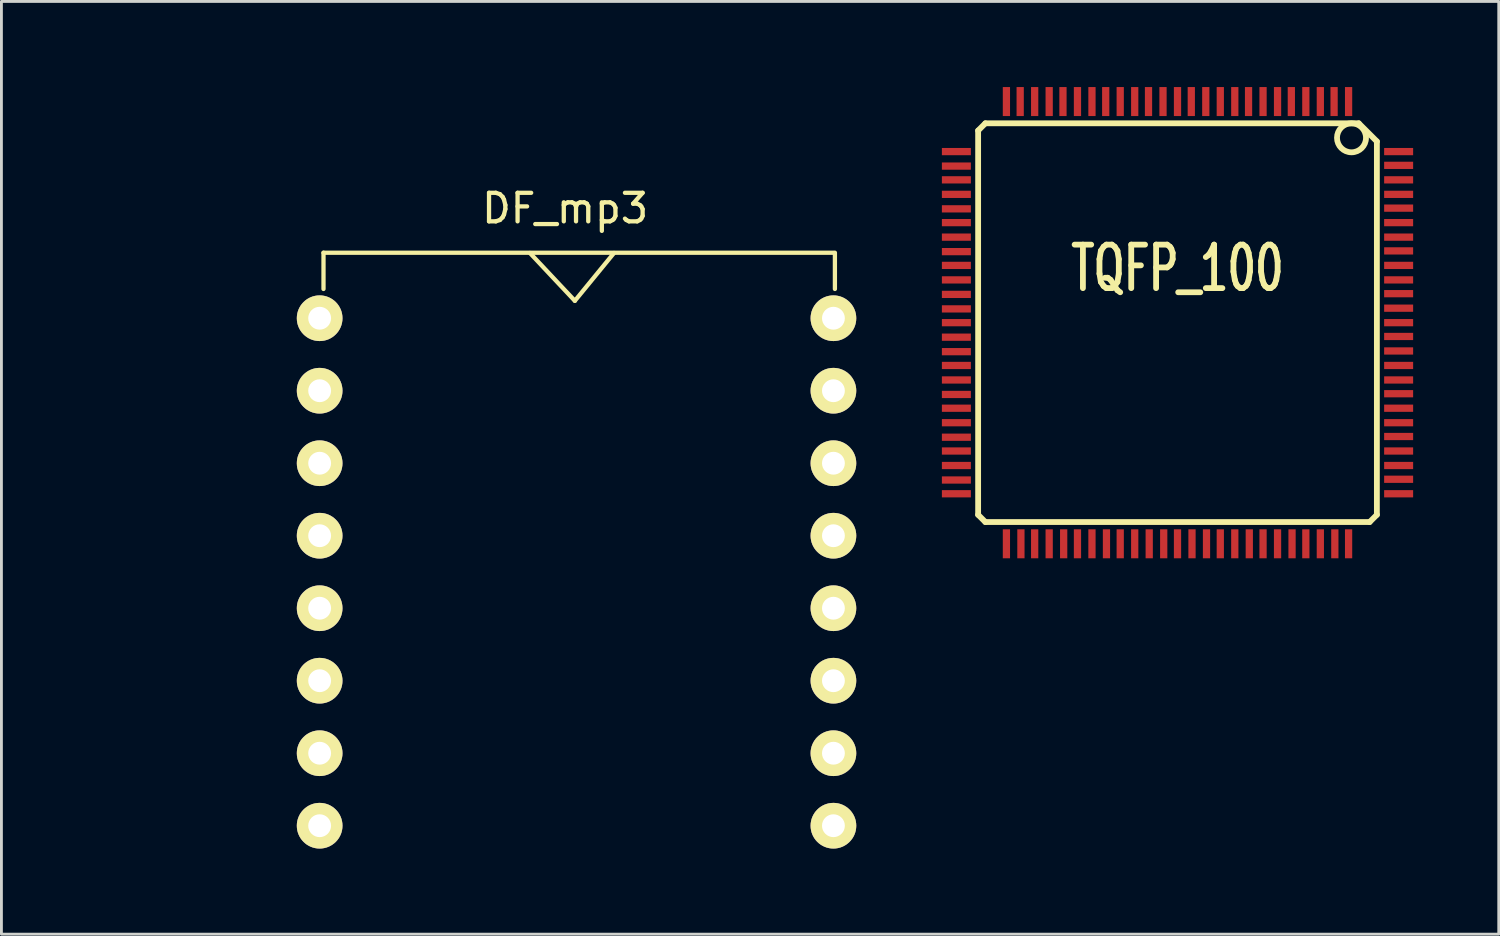
<source format=kicad_pcb>
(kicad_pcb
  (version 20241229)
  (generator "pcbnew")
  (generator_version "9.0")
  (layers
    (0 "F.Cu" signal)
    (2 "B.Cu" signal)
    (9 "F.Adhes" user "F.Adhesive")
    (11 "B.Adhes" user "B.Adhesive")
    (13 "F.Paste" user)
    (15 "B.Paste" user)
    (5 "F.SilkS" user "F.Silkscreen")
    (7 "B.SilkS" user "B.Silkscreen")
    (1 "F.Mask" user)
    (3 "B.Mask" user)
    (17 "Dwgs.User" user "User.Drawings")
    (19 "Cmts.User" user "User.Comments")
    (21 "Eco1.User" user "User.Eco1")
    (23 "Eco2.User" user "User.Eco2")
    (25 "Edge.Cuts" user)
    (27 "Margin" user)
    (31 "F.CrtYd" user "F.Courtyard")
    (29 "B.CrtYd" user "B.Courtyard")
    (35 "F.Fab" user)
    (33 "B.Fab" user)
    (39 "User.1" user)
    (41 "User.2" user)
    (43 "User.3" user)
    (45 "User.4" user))
  (footprint "DF_mp3"
    (layer "F.Cu")
    (at 0.25 0.25)
    (property "Reference" "DF_mp3" (at 16.5 4 0) (layer "F.SilkS") (effects (font (size 1 1) (thickness 0.15))))
    (attr through_hole)
    (fp_line (start 8.034 5.554) (end 8.034 6.824) (stroke (width 0.15) (type solid)) (layer "F.SilkS"))
    (fp_line (start 8.034 5.554) (end 25.899 5.554) (stroke (width 0.15) (type solid)) (layer "F.SilkS"))
    (fp_line (start 15.265 5.563) (end 16.84 7.239) (stroke (width 0.15) (type solid)) (layer "F.SilkS"))
    (fp_line (start 16.84 7.239) (end 18.212 5.563) (stroke (width 0.15) (type solid)) (layer "F.SilkS"))
    (fp_line (start 25.951 5.554) (end 25.951 6.824) (stroke (width 0.15) (type solid)) (layer "F.SilkS"))
    (pad "1" thru_hole oval (at 7.899 7.849) (size 1.6 1.6) (drill 0.8) (layers "*.Cu" "*.Mask" "F.SilkS"))
    (pad "2" thru_hole oval (at 7.899 10.389) (size 1.6 1.6) (drill 0.8) (layers "*.Cu" "*.Mask" "F.SilkS"))
    (pad "3" thru_hole oval (at 7.899 12.929) (size 1.6 1.6) (drill 0.8) (layers "*.Cu" "*.Mask" "F.SilkS"))
    (pad "4" thru_hole oval (at 7.899 15.469) (size 1.6 1.6) (drill 0.8) (layers "*.Cu" "*.Mask" "F.SilkS"))
    (pad "5" thru_hole oval (at 7.899 18.009) (size 1.6 1.6) (drill 0.8) (layers "*.Cu" "*.Mask" "F.SilkS"))
    (pad "6" thru_hole oval (at 7.899 20.549) (size 1.6 1.6) (drill 0.8) (layers "*.Cu" "*.Mask" "F.SilkS"))
    (pad "7" thru_hole oval (at 7.899 23.089) (size 1.6 1.6) (drill 0.8) (layers "*.Cu" "*.Mask" "F.SilkS"))
    (pad "8" thru_hole oval (at 7.899 25.629) (size 1.6 1.6) (drill 0.8) (layers "*.Cu" "*.Mask" "F.SilkS"))
    (pad "9" thru_hole oval (at 25.899 25.629) (size 1.6 1.6) (drill 0.8) (layers "*.Cu" "*.Mask" "F.SilkS"))
    (pad "10" thru_hole oval (at 25.899 23.089) (size 1.6 1.6) (drill 0.8) (layers "*.Cu" "*.Mask" "F.SilkS"))
    (pad "11" thru_hole oval (at 25.899 20.549) (size 1.6 1.6) (drill 0.8) (layers "*.Cu" "*.Mask" "F.SilkS"))
    (pad "12" thru_hole oval (at 25.899 18.009) (size 1.6 1.6) (drill 0.8) (layers "*.Cu" "*.Mask" "F.SilkS"))
    (pad "13" thru_hole oval (at 25.899 15.469) (size 1.6 1.6) (drill 0.8) (layers "*.Cu" "*.Mask" "F.SilkS"))
    (pad "14" thru_hole oval (at 25.899 12.929) (size 1.6 1.6) (drill 0.8) (layers "*.Cu" "*.Mask" "F.SilkS"))
    (pad "15" thru_hole oval (at 25.899 10.389) (size 1.6 1.6) (drill 0.8) (layers "*.Cu" "*.Mask" "F.SilkS"))
    (pad "16" thru_hole oval (at 25.899 7.849) (size 1.6 1.6) (drill 0.8) (layers "*.Cu" "*.Mask" "F.SilkS")))
  (footprint "TQFP_100"
    (layer "F.Cu")
    (at 38.204 8.255)
    (property "Reference" "TQFP_100" (at 0 -1.905 0) (layer "F.SilkS") (effects (font (size 1.524 1.016) (thickness 0.203))))
    (attr smd)
    (fp_line (start -6.985 -6.731) (end -6.985 6.731) (stroke (width 0.203) (type solid)) (layer "F.SilkS"))
    (fp_line (start -6.985 -6.731) (end -6.731 -6.985) (stroke (width 0.203) (type solid)) (layer "F.SilkS"))
    (fp_line (start -6.985 6.731) (end -6.731 6.985) (stroke (width 0.203) (type solid)) (layer "F.SilkS"))
    (fp_line (start -6.731 6.985) (end 6.731 6.985) (stroke (width 0.203) (type solid)) (layer "F.SilkS"))
    (fp_line (start 6.35 -6.985) (end -6.731 -6.985) (stroke (width 0.203) (type solid)) (layer "F.SilkS"))
    (fp_line (start 6.731 6.985) (end 6.985 6.731) (stroke (width 0.203) (type solid)) (layer "F.SilkS"))
    (fp_line (start 6.985 -6.35) (end 6.35 -6.985) (stroke (width 0.203) (type solid)) (layer "F.SilkS"))
    (fp_line (start 6.985 6.731) (end 6.985 -6.35) (stroke (width 0.203) (type solid)) (layer "F.SilkS"))
    (fp_circle (center 6.096 -6.477) (end 6.096 -6.985) (stroke (width 0.203) (type solid)) (fill no) (layer "F.SilkS"))
    (pad "1" smd rect (at 5.994 -7.747) (size 0.254 1.016) (layers "F.Cu" "F.Mask" "F.Paste"))
    (pad "2" smd rect (at 5.486 -7.747) (size 0.254 1.016) (layers "F.Cu" "F.Mask" "F.Paste"))
    (pad "3" smd rect (at 5.004 -7.747) (size 0.254 1.016) (layers "F.Cu" "F.Mask" "F.Paste"))
    (pad "4" smd rect (at 4.496 -7.747) (size 0.254 1.016) (layers "F.Cu" "F.Mask" "F.Paste"))
    (pad "5" smd rect (at 3.988 -7.747) (size 0.254 1.016) (layers "F.Cu" "F.Mask" "F.Paste"))
    (pad "6" smd rect (at 3.505 -7.747) (size 0.254 1.016) (layers "F.Cu" "F.Mask" "F.Paste"))
    (pad "7" smd rect (at 2.997 -7.747) (size 0.254 1.016) (layers "F.Cu" "F.Mask" "F.Paste"))
    (pad "8" smd rect (at 2.489 -7.747) (size 0.254 1.016) (layers "F.Cu" "F.Mask" "F.Paste"))
    (pad "9" smd rect (at 2.007 -7.747) (size 0.254 1.016) (layers "F.Cu" "F.Mask" "F.Paste"))
    (pad "10" smd rect (at 1.499 -7.747) (size 0.254 1.016) (layers "F.Cu" "F.Mask" "F.Paste"))
    (pad "11" smd rect (at 0.991 -7.747) (size 0.254 1.016) (layers "F.Cu" "F.Mask" "F.Paste"))
    (pad "12" smd rect (at 0.483 -7.747) (size 0.254 1.016) (layers "F.Cu" "F.Mask" "F.Paste"))
    (pad "13" smd rect (at 0 -7.747) (size 0.254 1.016) (layers "F.Cu" "F.Mask" "F.Paste"))
    (pad "14" smd rect (at -0.508 -7.747) (size 0.254 1.016) (layers "F.Cu" "F.Mask" "F.Paste"))
    (pad "15" smd rect (at -1.016 -7.747) (size 0.254 1.016) (layers "F.Cu" "F.Mask" "F.Paste"))
    (pad "16" smd rect (at -1.499 -7.747) (size 0.254 1.016) (layers "F.Cu" "F.Mask" "F.Paste"))
    (pad "17" smd rect (at -2.007 -7.747) (size 0.254 1.016) (layers "F.Cu" "F.Mask" "F.Paste"))
    (pad "18" smd rect (at -2.515 -7.747) (size 0.254 1.016) (layers "F.Cu" "F.Mask" "F.Paste"))
    (pad "19" smd rect (at -2.997 -7.747) (size 0.254 1.016) (layers "F.Cu" "F.Mask" "F.Paste"))
    (pad "20" smd rect (at -3.505 -7.747) (size 0.254 1.016) (layers "F.Cu" "F.Mask" "F.Paste"))
    (pad "21" smd rect (at -4.013 -7.747) (size 0.254 1.016) (layers "F.Cu" "F.Mask" "F.Paste"))
    (pad "22" smd rect (at -4.496 -7.747) (size 0.254 1.016) (layers "F.Cu" "F.Mask" "F.Paste"))
    (pad "23" smd rect (at -5.004 -7.747) (size 0.254 1.016) (layers "F.Cu" "F.Mask" "F.Paste"))
    (pad "24" smd rect (at -5.512 -7.747) (size 0.254 1.016) (layers "F.Cu" "F.Mask" "F.Paste"))
    (pad "25" smd rect (at -5.994 -7.747) (size 0.254 1.016) (layers "F.Cu" "F.Mask" "F.Paste"))
    (pad "26" smd rect (at -7.747 -5.994) (size 1.016 0.254) (layers "F.Cu" "F.Mask" "F.Paste"))
    (pad "27" smd rect (at -7.747 -5.486) (size 1.016 0.254) (layers "F.Cu" "F.Mask" "F.Paste"))
    (pad "28" smd rect (at -7.747 -5.004) (size 1.016 0.254) (layers "F.Cu" "F.Mask" "F.Paste"))
    (pad "29" smd rect (at -7.747 -4.496) (size 1.016 0.254) (layers "F.Cu" "F.Mask" "F.Paste"))
    (pad "30" smd rect (at -7.747 -3.988) (size 1.016 0.254) (layers "F.Cu" "F.Mask" "F.Paste"))
    (pad "31" smd rect (at -7.747 -3.505) (size 1.016 0.254) (layers "F.Cu" "F.Mask" "F.Paste"))
    (pad "32" smd rect (at -7.747 -2.997) (size 1.016 0.254) (layers "F.Cu" "F.Mask" "F.Paste"))
    (pad "33" smd rect (at -7.747 -2.489) (size 1.016 0.254) (layers "F.Cu" "F.Mask" "F.Paste"))
    (pad "34" smd rect (at -7.747 -2.007) (size 1.016 0.254) (layers "F.Cu" "F.Mask" "F.Paste"))
    (pad "35" smd rect (at -7.747 -1.499) (size 1.016 0.254) (layers "F.Cu" "F.Mask" "F.Paste"))
    (pad "36" smd rect (at -7.747 -0.991) (size 1.016 0.254) (layers "F.Cu" "F.Mask" "F.Paste"))
    (pad "37" smd rect (at -7.747 -0.483) (size 1.016 0.254) (layers "F.Cu" "F.Mask" "F.Paste"))
    (pad "38" smd rect (at -7.747 0) (size 1.016 0.254) (layers "F.Cu" "F.Mask" "F.Paste"))
    (pad "39" smd rect (at -7.747 0.508) (size 1.016 0.254) (layers "F.Cu" "F.Mask" "F.Paste"))
    (pad "40" smd rect (at -7.747 1.016) (size 1.016 0.254) (layers "F.Cu" "F.Mask" "F.Paste"))
    (pad "41" smd rect (at -7.747 1.499) (size 1.016 0.254) (layers "F.Cu" "F.Mask" "F.Paste"))
    (pad "42" smd rect (at -7.747 2.007) (size 1.016 0.254) (layers "F.Cu" "F.Mask" "F.Paste"))
    (pad "43" smd rect (at -7.747 2.515) (size 1.016 0.254) (layers "F.Cu" "F.Mask" "F.Paste"))
    (pad "44" smd rect (at -7.747 2.997) (size 1.016 0.254) (layers "F.Cu" "F.Mask" "F.Paste"))
    (pad "45" smd rect (at -7.747 3.505) (size 1.016 0.254) (layers "F.Cu" "F.Mask" "F.Paste"))
    (pad "46" smd rect (at -7.747 4.013) (size 1.016 0.254) (layers "F.Cu" "F.Mask" "F.Paste"))
    (pad "47" smd rect (at -7.747 4.496) (size 1.016 0.254) (layers "F.Cu" "F.Mask" "F.Paste"))
    (pad "48" smd rect (at -7.747 5.004) (size 1.016 0.254) (layers "F.Cu" "F.Mask" "F.Paste"))
    (pad "49" smd rect (at -7.747 5.512) (size 1.016 0.254) (layers "F.Cu" "F.Mask" "F.Paste"))
    (pad "50" smd rect (at -7.747 5.994) (size 1.016 0.254) (layers "F.Cu" "F.Mask" "F.Paste"))
    (pad "51" smd rect (at -5.994 7.747) (size 0.254 1.016) (layers "F.Cu" "F.Mask" "F.Paste"))
    (pad "52" smd rect (at -5.486 7.747) (size 0.254 1.016) (layers "F.Cu" "F.Mask" "F.Paste"))
    (pad "53" smd rect (at -5.004 7.747) (size 0.254 1.016) (layers "F.Cu" "F.Mask" "F.Paste"))
    (pad "54" smd rect (at -4.496 7.747) (size 0.254 1.016) (layers "F.Cu" "F.Mask" "F.Paste"))
    (pad "55" smd rect (at -3.988 7.747) (size 0.254 1.016) (layers "F.Cu" "F.Mask" "F.Paste"))
    (pad "56" smd rect (at -3.505 7.747) (size 0.254 1.016) (layers "F.Cu" "F.Mask" "F.Paste"))
    (pad "57" smd rect (at -2.997 7.747) (size 0.254 1.016) (layers "F.Cu" "F.Mask" "F.Paste"))
    (pad "58" smd rect (at -2.489 7.747) (size 0.254 1.016) (layers "F.Cu" "F.Mask" "F.Paste"))
    (pad "59" smd rect (at -2.007 7.747) (size 0.254 1.016) (layers "F.Cu" "F.Mask" "F.Paste"))
    (pad "60" smd rect (at -1.499 7.747) (size 0.254 1.016) (layers "F.Cu" "F.Mask" "F.Paste"))
    (pad "61" smd rect (at -0.991 7.747) (size 0.254 1.016) (layers "F.Cu" "F.Mask" "F.Paste"))
    (pad "62" smd rect (at -0.483 7.747) (size 0.254 1.016) (layers "F.Cu" "F.Mask" "F.Paste"))
    (pad "63" smd rect (at 0 7.747) (size 0.254 1.016) (layers "F.Cu" "F.Mask" "F.Paste"))
    (pad "64" smd rect (at 0.508 7.747) (size 0.254 1.016) (layers "F.Cu" "F.Mask" "F.Paste"))
    (pad "65" smd rect (at 1.016 7.747) (size 0.254 1.016) (layers "F.Cu" "F.Mask" "F.Paste"))
    (pad "66" smd rect (at 1.499 7.747) (size 0.254 1.016) (layers "F.Cu" "F.Mask" "F.Paste"))
    (pad "67" smd rect (at 2.007 7.747) (size 0.254 1.016) (layers "F.Cu" "F.Mask" "F.Paste"))
    (pad "68" smd rect (at 2.515 7.747) (size 0.254 1.016) (layers "F.Cu" "F.Mask" "F.Paste"))
    (pad "69" smd rect (at 2.997 7.747) (size 0.254 1.016) (layers "F.Cu" "F.Mask" "F.Paste"))
    (pad "70" smd rect (at 3.505 7.747) (size 0.254 1.016) (layers "F.Cu" "F.Mask" "F.Paste"))
    (pad "71" smd rect (at 4.013 7.747) (size 0.254 1.016) (layers "F.Cu" "F.Mask" "F.Paste"))
    (pad "72" smd rect (at 4.496 7.747) (size 0.254 1.016) (layers "F.Cu" "F.Mask" "F.Paste"))
    (pad "73" smd rect (at 5.004 7.747) (size 0.254 1.016) (layers "F.Cu" "F.Mask" "F.Paste"))
    (pad "74" smd rect (at 5.512 7.747) (size 0.254 1.016) (layers "F.Cu" "F.Mask" "F.Paste"))
    (pad "75" smd rect (at 5.994 7.747) (size 0.254 1.016) (layers "F.Cu" "F.Mask" "F.Paste"))
    (pad "76" smd rect (at 7.747 5.994) (size 1.016 0.254) (layers "F.Cu" "F.Mask" "F.Paste"))
    (pad "77" smd rect (at 7.747 5.486) (size 1.016 0.254) (layers "F.Cu" "F.Mask" "F.Paste"))
    (pad "78" smd rect (at 7.747 5.004) (size 1.016 0.254) (layers "F.Cu" "F.Mask" "F.Paste"))
    (pad "79" smd rect (at 7.747 4.496) (size 1.016 0.254) (layers "F.Cu" "F.Mask" "F.Paste"))
    (pad "80" smd rect (at 7.747 3.988) (size 1.016 0.254) (layers "F.Cu" "F.Mask" "F.Paste"))
    (pad "81" smd rect (at 7.747 3.505) (size 1.016 0.254) (layers "F.Cu" "F.Mask" "F.Paste"))
    (pad "82" smd rect (at 7.747 2.997) (size 1.016 0.254) (layers "F.Cu" "F.Mask" "F.Paste"))
    (pad "83" smd rect (at 7.747 2.489) (size 1.016 0.254) (layers "F.Cu" "F.Mask" "F.Paste"))
    (pad "84" smd rect (at 7.747 2.007) (size 1.016 0.254) (layers "F.Cu" "F.Mask" "F.Paste"))
    (pad "85" smd rect (at 7.747 1.499) (size 1.016 0.254) (layers "F.Cu" "F.Mask" "F.Paste"))
    (pad "86" smd rect (at 7.747 0.991) (size 1.016 0.254) (layers "F.Cu" "F.Mask" "F.Paste"))
    (pad "87" smd rect (at 7.747 0.483) (size 1.016 0.254) (layers "F.Cu" "F.Mask" "F.Paste"))
    (pad "88" smd rect (at 7.747 0) (size 1.016 0.254) (layers "F.Cu" "F.Mask" "F.Paste"))
    (pad "89" smd rect (at 7.747 -0.508) (size 1.016 0.254) (layers "F.Cu" "F.Mask" "F.Paste"))
    (pad "90" smd rect (at 7.747 -1.016) (size 1.016 0.254) (layers "F.Cu" "F.Mask" "F.Paste"))
    (pad "91" smd rect (at 7.747 -1.499) (size 1.016 0.254) (layers "F.Cu" "F.Mask" "F.Paste"))
    (pad "92" smd rect (at 7.747 -2.007) (size 1.016 0.254) (layers "F.Cu" "F.Mask" "F.Paste"))
    (pad "93" smd rect (at 7.747 -2.515) (size 1.016 0.254) (layers "F.Cu" "F.Mask" "F.Paste"))
    (pad "94" smd rect (at 7.747 -2.997) (size 1.016 0.254) (layers "F.Cu" "F.Mask" "F.Paste"))
    (pad "95" smd rect (at 7.747 -3.505) (size 1.016 0.254) (layers "F.Cu" "F.Mask" "F.Paste"))
    (pad "96" smd rect (at 7.747 -4.013) (size 1.016 0.254) (layers "F.Cu" "F.Mask" "F.Paste"))
    (pad "97" smd rect (at 7.747 -4.496) (size 1.016 0.254) (layers "F.Cu" "F.Mask" "F.Paste"))
    (pad "98" smd rect (at 7.747 -5.004) (size 1.016 0.254) (layers "F.Cu" "F.Mask" "F.Paste"))
    (pad "99" smd rect (at 7.747 -5.512) (size 1.016 0.254) (layers "F.Cu" "F.Mask" "F.Paste"))
    (pad "100" smd rect (at 7.747 -5.994) (size 1.016 0.254) (layers "F.Cu" "F.Mask" "F.Paste")))
  (gr_rect
    (start -3 -3)
    (end 49.459 29.679)
    (stroke (width 0.1) (type default))
    (fill no)
    (layer "Edge.Cuts")))
</source>
